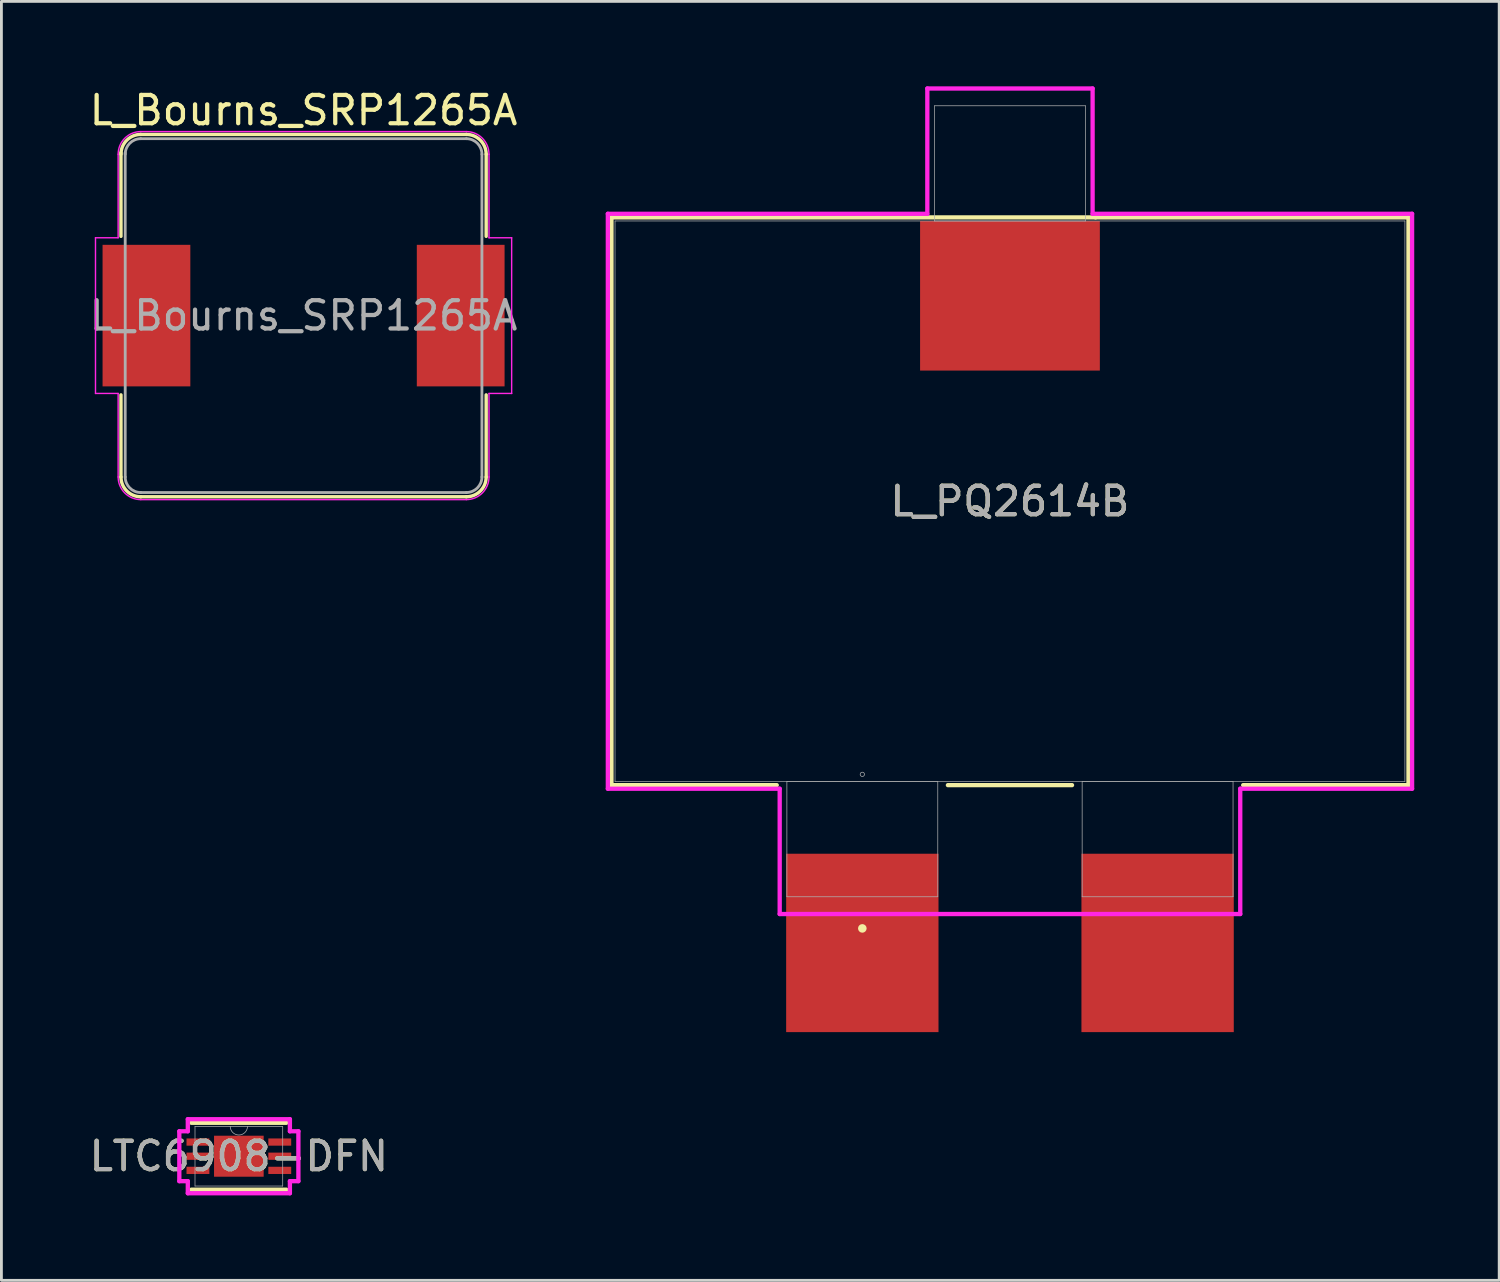
<source format=kicad_pcb>
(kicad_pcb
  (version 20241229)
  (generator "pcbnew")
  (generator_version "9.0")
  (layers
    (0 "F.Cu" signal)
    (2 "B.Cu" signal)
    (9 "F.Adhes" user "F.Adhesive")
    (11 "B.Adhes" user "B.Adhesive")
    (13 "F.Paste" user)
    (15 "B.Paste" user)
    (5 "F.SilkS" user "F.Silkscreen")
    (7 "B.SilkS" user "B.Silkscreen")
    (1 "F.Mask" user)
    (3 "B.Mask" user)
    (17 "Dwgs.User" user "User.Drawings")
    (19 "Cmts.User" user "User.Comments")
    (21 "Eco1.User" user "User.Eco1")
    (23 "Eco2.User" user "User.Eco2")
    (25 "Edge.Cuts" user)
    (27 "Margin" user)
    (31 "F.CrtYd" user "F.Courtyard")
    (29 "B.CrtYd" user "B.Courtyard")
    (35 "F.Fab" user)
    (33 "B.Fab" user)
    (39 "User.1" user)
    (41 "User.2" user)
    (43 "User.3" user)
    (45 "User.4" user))
  (footprint "L_Bourns_SRP1265A"
    (layer "F.Cu")
    (at 7.673 8.098)
    (property "Reference" "L_Bourns_SRP1265A" (at 0 -7.25 0) (layer "F.SilkS") (effects (font (size 1 1) (thickness 0.15))))
    (attr smd)
    (fp_line (start -6.45 -5.75) (end -6.45 -2.8) (stroke (width 0.12) (type solid)) (layer "F.SilkS"))
    (fp_line (start -6.45 2.8) (end -6.45 5.7) (stroke (width 0.12) (type solid)) (layer "F.SilkS"))
    (fp_line (start -5.75 -6.4) (end 5.75 -6.4) (stroke (width 0.12) (type solid)) (layer "F.SilkS"))
    (fp_line (start 5.75 6.4) (end -5.75 6.4) (stroke (width 0.12) (type solid)) (layer "F.SilkS"))
    (fp_line (start 6.45 -5.7) (end 6.45 -2.8) (stroke (width 0.12) (type solid)) (layer "F.SilkS"))
    (fp_line (start 6.45 2.8) (end 6.45 5.7) (stroke (width 0.12) (type solid)) (layer "F.SilkS"))
    (fp_arc (start -6.45 -5.7) (mid -6.244975 -6.194975) (end -5.75 -6.4) (stroke (width 0.12) (type solid)) (layer "F.SilkS"))
    (fp_arc (start -5.75 6.4) (mid -6.244975 6.194975) (end -6.45 5.7) (stroke (width 0.12) (type solid)) (layer "F.SilkS"))
    (fp_arc (start 5.75 -6.4) (mid 6.244975 -6.194975) (end 6.45 -5.7) (stroke (width 0.12) (type solid)) (layer "F.SilkS"))
    (fp_arc (start 6.45 5.7) (mid 6.244975 6.194975) (end 5.75 6.4) (stroke (width 0.12) (type solid)) (layer "F.SilkS"))
    (fp_line (start -7.35 -2.75) (end -6.55 -2.75) (stroke (width 0.05) (type solid)) (layer "F.CrtYd"))
    (fp_line (start -7.35 2.75) (end -7.35 -2.75) (stroke (width 0.05) (type solid)) (layer "F.CrtYd"))
    (fp_line (start -7.35 2.75) (end -6.55 2.75) (stroke (width 0.05) (type solid)) (layer "F.CrtYd"))
    (fp_line (start -6.55 -2.75) (end -6.55 -5.7) (stroke (width 0.05) (type solid)) (layer "F.CrtYd"))
    (fp_line (start -6.55 5.7) (end -6.55 2.75) (stroke (width 0.05) (type solid)) (layer "F.CrtYd"))
    (fp_line (start -5.75 -6.5) (end 5.75 -6.5) (stroke (width 0.05) (type solid)) (layer "F.CrtYd"))
    (fp_line (start 5.75 6.5) (end -5.75 6.5) (stroke (width 0.05) (type solid)) (layer "F.CrtYd"))
    (fp_line (start 6.55 -5.7) (end 6.55 -2.75) (stroke (width 0.05) (type solid)) (layer "F.CrtYd"))
    (fp_line (start 6.55 2.75) (end 6.55 5.7) (stroke (width 0.05) (type solid)) (layer "F.CrtYd"))
    (fp_line (start 7.35 -2.75) (end 6.55 -2.75) (stroke (width 0.05) (type solid)) (layer "F.CrtYd"))
    (fp_line (start 7.35 -2.75) (end 7.35 2.75) (stroke (width 0.05) (type solid)) (layer "F.CrtYd"))
    (fp_line (start 7.35 2.75) (end 6.55 2.75) (stroke (width 0.05) (type solid)) (layer "F.CrtYd"))
    (fp_arc (start -6.55 -5.7) (mid -6.315685 -6.265685) (end -5.75 -6.5) (stroke (width 0.05) (type solid)) (layer "F.CrtYd"))
    (fp_arc (start -5.75 6.5) (mid -6.315685 6.265685) (end -6.55 5.7) (stroke (width 0.05) (type solid)) (layer "F.CrtYd"))
    (fp_arc (start 5.75 -6.5) (mid 6.315685 -6.265685) (end 6.55 -5.7) (stroke (width 0.05) (type solid)) (layer "F.CrtYd"))
    (fp_arc (start 6.55 5.7) (mid 6.315685 6.265685) (end 5.75 6.5) (stroke (width 0.05) (type solid)) (layer "F.CrtYd"))
    (fp_line (start -6.3 -5.75) (end -6.3 5.7) (stroke (width 0.1) (type solid)) (layer "F.Fab"))
    (fp_line (start -5.75 -6.25) (end 5.75 -6.25) (stroke (width 0.1) (type solid)) (layer "F.Fab"))
    (fp_line (start 5.75 6.25) (end -5.75 6.25) (stroke (width 0.1) (type solid)) (layer "F.Fab"))
    (fp_line (start 6.3 -5.7) (end 6.3 5.7) (stroke (width 0.1) (type solid)) (layer "F.Fab"))
    (fp_arc (start -6.3 -5.7) (mid -6.138909 -6.088909) (end -5.75 -6.25) (stroke (width 0.1) (type solid)) (layer "F.Fab"))
    (fp_arc (start -5.75 6.25) (mid -6.138909 6.088909) (end -6.3 5.7) (stroke (width 0.1) (type solid)) (layer "F.Fab"))
    (fp_arc (start 5.75 -6.25) (mid 6.138909 -6.088909) (end 6.3 -5.7) (stroke (width 0.1) (type solid)) (layer "F.Fab"))
    (fp_arc (start 6.3 5.7) (mid 6.138909 6.088909) (end 5.75 6.25) (stroke (width 0.1) (type solid)) (layer "F.Fab"))
    (fp_text user "${REFERENCE}" (at 0 0 0) (layer "F.Fab") (effects (font (size 1 1) (thickness 0.15))))
    (pad "1" smd rect (at -5.55 0) (size 3.1 5) (layers "F.Cu" "F.Mask" "F.Paste"))
    (pad "2" smd rect (at 5.55 0) (size 3.1 5) (layers "F.Cu" "F.Mask" "F.Paste")))
  (footprint "L_PQ2614B"
    (layer "F.Cu")
    (at 32.625 14.656)
    (property "Reference" "L_PQ2614B" (at 0 0 0) (unlocked yes) (layer "F.SilkS") (effects (font (size 1 1) (thickness 0.15))))
    (attr smd)
    (fp_line (start -14.077 -10.027) (end -14.077 10.027) (stroke (width 0.152) (type solid)) (layer "F.SilkS"))
    (fp_line (start -14.077 10.027) (end -8.238 10.027) (stroke (width 0.152) (type solid)) (layer "F.SilkS"))
    (fp_line (start -2.192 10.027) (end 2.192 10.027) (stroke (width 0.152) (type solid)) (layer "F.SilkS"))
    (fp_line (start 3.023 -10.027) (end -14.077 -10.027) (stroke (width 0.152) (type solid)) (layer "F.SilkS"))
    (fp_line (start 8.238 10.027) (end 14.077 10.027) (stroke (width 0.152) (type solid)) (layer "F.SilkS"))
    (fp_line (start 14.077 -10.027) (end 3.023 -10.027) (stroke (width 0.152) (type solid)) (layer "F.SilkS"))
    (fp_line (start 14.077 10.027) (end 14.077 -10.027) (stroke (width 0.152) (type solid)) (layer "F.SilkS"))
    (fp_circle (center -5.215 15.088) (end -5.139 15.088) (stroke (width 0.152) (type solid)) (fill no) (layer "F.SilkS"))
    (fp_line (start -14.204 -10.154) (end -2.919 -10.154) (stroke (width 0.152) (type solid)) (layer "F.CrtYd"))
    (fp_line (start -14.204 10.154) (end -14.204 -10.154) (stroke (width 0.152) (type solid)) (layer "F.CrtYd"))
    (fp_line (start -14.204 10.154) (end -8.134 10.154) (stroke (width 0.152) (type solid)) (layer "F.CrtYd"))
    (fp_line (start -8.134 10.154) (end -8.134 14.58) (stroke (width 0.152) (type solid)) (layer "F.CrtYd"))
    (fp_line (start -8.134 14.58) (end 8.134 14.58) (stroke (width 0.152) (type solid)) (layer "F.CrtYd"))
    (fp_line (start -2.919 -14.58) (end 2.919 -14.58) (stroke (width 0.152) (type solid)) (layer "F.CrtYd"))
    (fp_line (start -2.919 -10.154) (end -2.919 -14.58) (stroke (width 0.152) (type solid)) (layer "F.CrtYd"))
    (fp_line (start 2.919 -10.154) (end 2.919 -14.58) (stroke (width 0.152) (type solid)) (layer "F.CrtYd"))
    (fp_line (start 8.134 10.154) (end 8.134 14.58) (stroke (width 0.152) (type solid)) (layer "F.CrtYd"))
    (fp_line (start 14.204 -10.154) (end 2.919 -10.154) (stroke (width 0.152) (type solid)) (layer "F.CrtYd"))
    (fp_line (start 14.204 -10.154) (end 14.204 10.154) (stroke (width 0.152) (type solid)) (layer "F.CrtYd"))
    (fp_line (start 14.204 10.154) (end 8.134 10.154) (stroke (width 0.152) (type solid)) (layer "F.CrtYd"))
    (fp_line (start -13.95 -9.9) (end -13.95 9.9) (stroke (width 0.025) (type solid)) (layer "F.Fab"))
    (fp_line (start -13.95 9.9) (end 13.95 9.9) (stroke (width 0.025) (type solid)) (layer "F.Fab"))
    (fp_line (start -7.88 9.9) (end -7.88 13.97) (stroke (width 0.025) (type solid)) (layer "F.Fab"))
    (fp_line (start -7.88 13.97) (end -2.55 13.97) (stroke (width 0.025) (type solid)) (layer "F.Fab"))
    (fp_line (start -2.665 -13.97) (end -2.665 -9.9) (stroke (width 0.025) (type solid)) (layer "F.Fab"))
    (fp_line (start -2.665 -9.9) (end 2.665 -9.9) (stroke (width 0.025) (type solid)) (layer "F.Fab"))
    (fp_line (start -2.55 9.9) (end -7.88 9.9) (stroke (width 0.025) (type solid)) (layer "F.Fab"))
    (fp_line (start -2.55 13.97) (end -2.55 9.9) (stroke (width 0.025) (type solid)) (layer "F.Fab"))
    (fp_line (start 2.55 9.9) (end 2.55 13.97) (stroke (width 0.025) (type solid)) (layer "F.Fab"))
    (fp_line (start 2.55 13.97) (end 7.88 13.97) (stroke (width 0.025) (type solid)) (layer "F.Fab"))
    (fp_line (start 2.665 -13.97) (end -2.665 -13.97) (stroke (width 0.025) (type solid)) (layer "F.Fab"))
    (fp_line (start 2.665 -9.9) (end 2.665 -13.97) (stroke (width 0.025) (type solid)) (layer "F.Fab"))
    (fp_line (start 7.88 9.9) (end 2.55 9.9) (stroke (width 0.025) (type solid)) (layer "F.Fab"))
    (fp_line (start 7.88 13.97) (end 7.88 9.9) (stroke (width 0.025) (type solid)) (layer "F.Fab"))
    (fp_line (start 13.95 -9.9) (end -13.95 -9.9) (stroke (width 0.025) (type solid)) (layer "F.Fab"))
    (fp_line (start 13.95 9.9) (end 13.95 -9.9) (stroke (width 0.025) (type solid)) (layer "F.Fab"))
    (fp_circle (center -5.215 9.646) (end -5.139 9.646) (stroke (width 0.025) (type solid)) (fill no) (layer "F.Fab"))
    (fp_text user "${REFERENCE}" (at 0 0 0) (unlocked yes) (layer "F.Fab") (effects (font (size 1 1) (thickness 0.15))))
    (pad "1" smd rect (at -5.215 15.601) (size 5.381 6.301) (layers "F.Cu" "F.Mask" "F.Paste"))
    (pad "2" smd rect (at 5.215 15.601) (size 5.381 6.301) (layers "F.Cu" "F.Mask" "F.Paste"))
    (pad "3" smd rect (at 0 -7.258) (size 6.35 5.283) (layers "F.Cu" "F.Mask" "F.Paste")))
  (footprint "LTC6908-DFN"
    (layer "F.Cu")
    (at 5.387 37.791)
    (property "Reference" "LTC6908-DFN" (at 0 0 0) (unlocked yes) (layer "F.SilkS") (effects (font (size 1 1) (thickness 0.15))))
    (attr smd)
    (fp_line (start -1.676 1.181) (end 1.676 1.181) (stroke (width 0.152) (type solid)) (layer "F.SilkS"))
    (fp_line (start 1.676 -1.181) (end -1.676 -1.181) (stroke (width 0.152) (type solid)) (layer "F.SilkS"))
    (fp_line (start -2.103 -0.881) (end -1.803 -0.881) (stroke (width 0.152) (type solid)) (layer "F.CrtYd"))
    (fp_line (start -2.103 0.881) (end -2.103 -0.881) (stroke (width 0.152) (type solid)) (layer "F.CrtYd"))
    (fp_line (start -2.103 0.881) (end -1.803 0.881) (stroke (width 0.152) (type solid)) (layer "F.CrtYd"))
    (fp_line (start -1.803 -1.308) (end 1.803 -1.308) (stroke (width 0.152) (type solid)) (layer "F.CrtYd"))
    (fp_line (start -1.803 -0.881) (end -1.803 -1.308) (stroke (width 0.152) (type solid)) (layer "F.CrtYd"))
    (fp_line (start -1.803 1.308) (end -1.803 0.881) (stroke (width 0.152) (type solid)) (layer "F.CrtYd"))
    (fp_line (start 1.803 -1.308) (end 1.803 -0.881) (stroke (width 0.152) (type solid)) (layer "F.CrtYd"))
    (fp_line (start 1.803 0.881) (end 1.803 1.308) (stroke (width 0.152) (type solid)) (layer "F.CrtYd"))
    (fp_line (start 1.803 1.308) (end -1.803 1.308) (stroke (width 0.152) (type solid)) (layer "F.CrtYd"))
    (fp_line (start 2.103 -0.881) (end 1.803 -0.881) (stroke (width 0.152) (type solid)) (layer "F.CrtYd"))
    (fp_line (start 2.103 -0.881) (end 2.103 0.881) (stroke (width 0.152) (type solid)) (layer "F.CrtYd"))
    (fp_line (start 2.103 0.881) (end 1.803 0.881) (stroke (width 0.152) (type solid)) (layer "F.CrtYd"))
    (fp_line (start -1.549 -1.054) (end -1.549 1.054) (stroke (width 0.025) (type solid)) (layer "F.Fab"))
    (fp_line (start -1.549 1.054) (end 1.549 1.054) (stroke (width 0.025) (type solid)) (layer "F.Fab"))
    (fp_line (start 1.549 -1.054) (end -1.549 -1.054) (stroke (width 0.025) (type solid)) (layer "F.Fab"))
    (fp_line (start 1.549 1.054) (end 1.549 -1.054) (stroke (width 0.025) (type solid)) (layer "F.Fab"))
    (fp_arc (start 0.3048 -1.0541) (mid 0 -0.7493) (end -0.3048 -1.0541) (stroke (width 0.0254) (type solid)) (layer "F.Fab"))
    (fp_text user "${REFERENCE}" (at 0 0 0) (unlocked yes) (layer "F.Fab") (effects (font (size 1 1) (thickness 0.15))))
    (pad "1" smd rect (at -1.445 -0.5) (size 0.808 0.255) (layers "F.Cu" "F.Mask" "F.Paste"))
    (pad "2" smd rect (at -1.445 0) (size 0.808 0.255) (layers "F.Cu" "F.Mask" "F.Paste"))
    (pad "3" smd rect (at -1.445 0.5) (size 0.808 0.255) (layers "F.Cu" "F.Mask" "F.Paste"))
    (pad "4" smd rect (at 1.445 0.5) (size 0.808 0.255) (layers "F.Cu" "F.Mask" "F.Paste"))
    (pad "5" smd rect (at 1.445 0) (size 0.808 0.255) (layers "F.Cu" "F.Mask" "F.Paste"))
    (pad "6" smd rect (at 1.445 -0.5) (size 0.808 0.255) (layers "F.Cu" "F.Mask" "F.Paste"))
    (pad "7" smd rect (at 0 0) (size 1.753 1.448) (layers "F.Cu" "F.Mask" "F.Paste")))
  (gr_rect
    (start -3 -3)
    (end 49.906 42.176)
    (stroke (width 0.1) (type default))
    (fill no)
    (layer "Edge.Cuts")))
</source>
